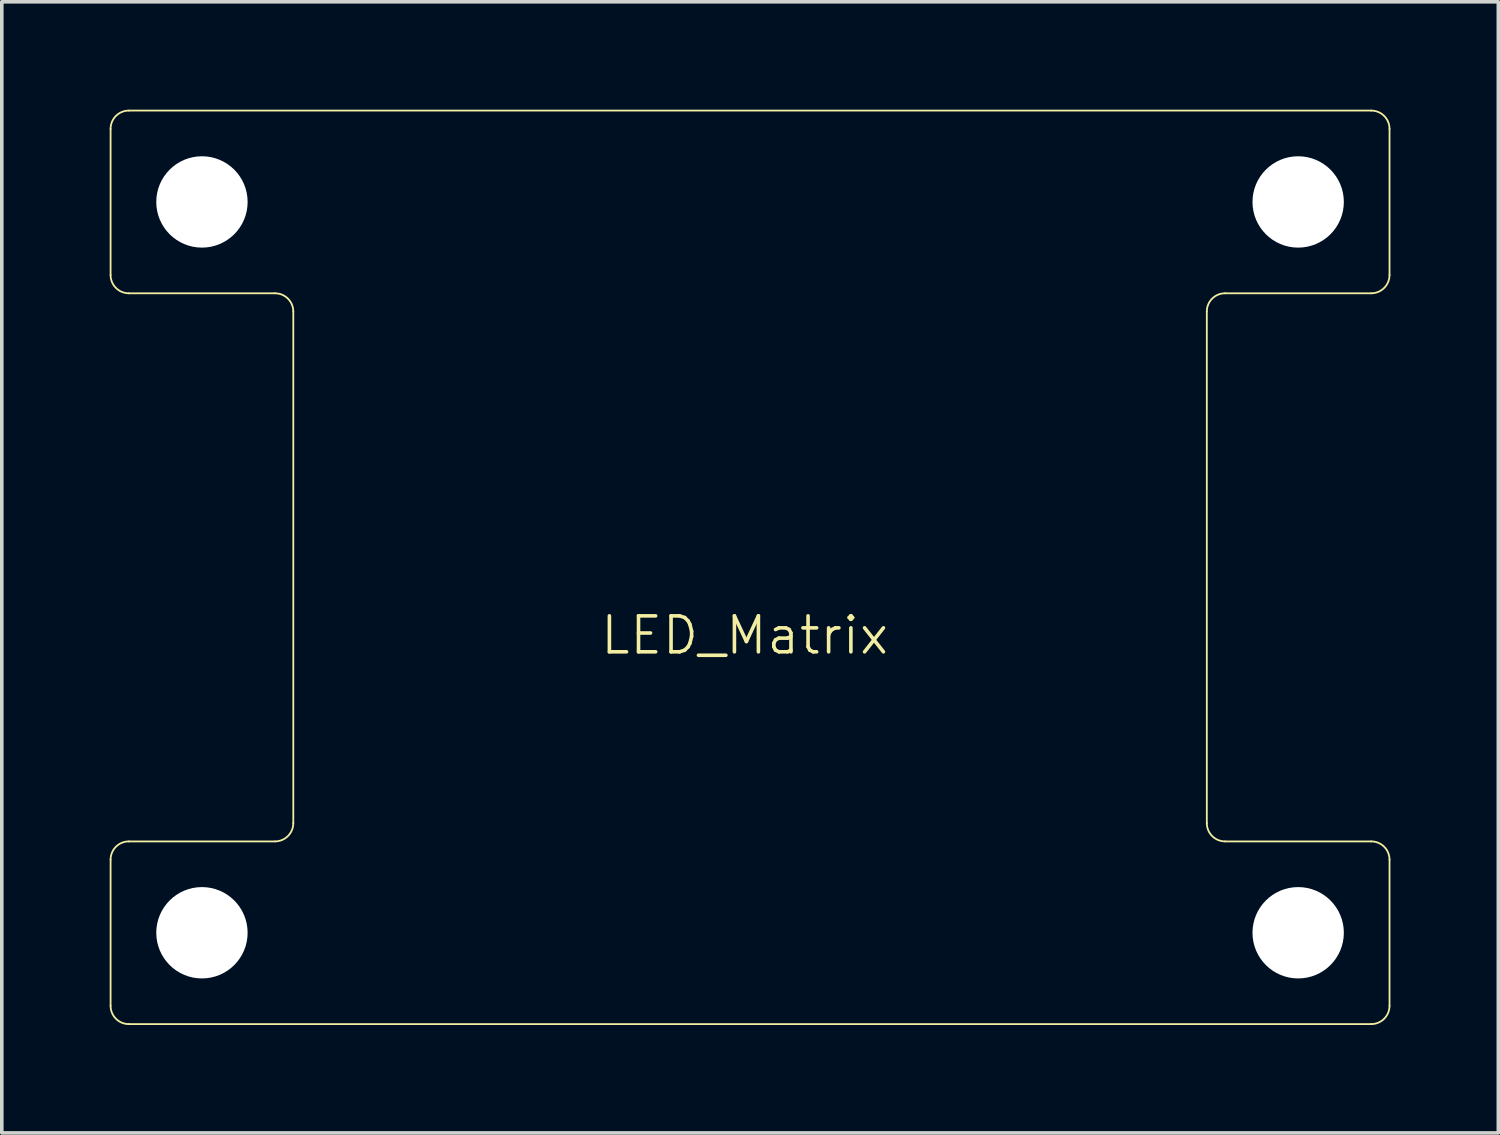
<source format=kicad_pcb>
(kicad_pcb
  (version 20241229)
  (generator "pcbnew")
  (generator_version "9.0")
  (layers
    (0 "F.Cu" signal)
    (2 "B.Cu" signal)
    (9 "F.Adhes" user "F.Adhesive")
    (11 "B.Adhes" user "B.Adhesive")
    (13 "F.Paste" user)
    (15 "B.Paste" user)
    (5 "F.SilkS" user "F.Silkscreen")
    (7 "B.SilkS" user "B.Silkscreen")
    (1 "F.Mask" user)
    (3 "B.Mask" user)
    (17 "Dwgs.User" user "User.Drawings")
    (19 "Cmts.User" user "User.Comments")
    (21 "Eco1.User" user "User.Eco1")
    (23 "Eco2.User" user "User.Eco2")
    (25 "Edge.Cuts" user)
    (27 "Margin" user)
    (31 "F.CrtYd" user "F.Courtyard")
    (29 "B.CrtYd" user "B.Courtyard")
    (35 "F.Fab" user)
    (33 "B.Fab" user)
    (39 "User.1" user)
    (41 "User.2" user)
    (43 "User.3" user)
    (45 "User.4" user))
  (footprint "LED_Matrix"
    (layer "F.Cu")
    (at 17.656 15.116)
    (property "Reference" "LED_Matrix" (at 0 -0.5 0) (unlocked yes) (layer "F.SilkS") (effects (font (size 1 1) (thickness 0.1))))
    (attr smd)
    (fp_line (start -17.631 -14.583) (end -17.631 -10.519) (stroke (width 0.05) (type solid)) (layer "F.SilkS"))
    (fp_line (start -17.631 9.801) (end -17.631 5.737) (stroke (width 0.05) (type solid)) (layer "F.SilkS"))
    (fp_line (start -17.123 -10.011) (end -13.059 -10.011) (stroke (width 0.05) (type solid)) (layer "F.SilkS"))
    (fp_line (start -17.123 5.229) (end -13.059 5.229) (stroke (width 0.05) (type solid)) (layer "F.SilkS"))
    (fp_line (start -12.551 -9.503) (end -12.551 4.721) (stroke (width 0.05) (type solid)) (layer "F.SilkS"))
    (fp_line (start 12.849 -9.503) (end 12.849 4.721) (stroke (width 0.05) (type solid)) (layer "F.SilkS"))
    (fp_line (start 13.357 5.229) (end 17.421 5.229) (stroke (width 0.05) (type solid)) (layer "F.SilkS"))
    (fp_line (start 17.421 -15.091) (end -17.123 -15.091) (stroke (width 0.05) (type solid)) (layer "F.SilkS"))
    (fp_line (start 17.421 -10.011) (end 13.357 -10.011) (stroke (width 0.05) (type solid)) (layer "F.SilkS"))
    (fp_line (start 17.421 10.309) (end -17.123 10.309) (stroke (width 0.05) (type solid)) (layer "F.SilkS"))
    (fp_line (start 17.929 -14.583) (end 17.929 -10.519) (stroke (width 0.05) (type solid)) (layer "F.SilkS"))
    (fp_line (start 17.929 9.801) (end 17.929 5.737) (stroke (width 0.05) (type solid)) (layer "F.SilkS"))
    (fp_arc (start -17.63121 -14.58321) (mid -17.48242 -14.94242) (end -17.12321 -15.09121) (stroke (width 0.05) (type solid)) (layer "F.SilkS"))
    (fp_arc (start -17.63121 5.73679) (mid -17.48242 5.37758) (end -17.12321 5.22879) (stroke (width 0.05) (type solid)) (layer "F.SilkS"))
    (fp_arc (start -17.12321 -10.01121) (mid -17.48242 -10.16) (end -17.63121 -10.51921) (stroke (width 0.05) (type solid)) (layer "F.SilkS"))
    (fp_arc (start -17.12321 10.30879) (mid -17.48242 10.16) (end -17.63121 9.80079) (stroke (width 0.05) (type solid)) (layer "F.SilkS"))
    (fp_arc (start -13.05921 -10.01121) (mid -12.7 -9.86242) (end -12.55121 -9.50321) (stroke (width 0.05) (type solid)) (layer "F.SilkS"))
    (fp_arc (start -12.55121 4.72079) (mid -12.7 5.08) (end -13.05921 5.22879) (stroke (width 0.05) (type solid)) (layer "F.SilkS"))
    (fp_arc (start 12.84879 -9.50321) (mid 12.99758 -9.86242) (end 13.35679 -10.01121) (stroke (width 0.05) (type solid)) (layer "F.SilkS"))
    (fp_arc (start 13.35679 5.22879) (mid 12.99758 5.08) (end 12.84879 4.72079) (stroke (width 0.05) (type solid)) (layer "F.SilkS"))
    (fp_arc (start 17.42079 -15.09121) (mid 17.78 -14.94242) (end 17.92879 -14.58321) (stroke (width 0.05) (type solid)) (layer "F.SilkS"))
    (fp_arc (start 17.42079 5.22879) (mid 17.78 5.37758) (end 17.92879 5.73679) (stroke (width 0.05) (type solid)) (layer "F.SilkS"))
    (fp_arc (start 17.92879 -10.51921) (mid 17.780003 -10.159997) (end 17.42079 -10.01121) (stroke (width 0.05) (type solid)) (layer "F.SilkS"))
    (fp_arc (start 17.92879 9.80079) (mid 17.780003 10.160003) (end 17.42079 10.30879) (stroke (width 0.05) (type solid)) (layer "F.SilkS"))
    (pad "" np_thru_hole circle (at -15.091 -12.551) (size 2.54 2.54) (drill 2.54) (layers "*.Cu" "*.Mask"))
    (pad "" np_thru_hole circle (at -15.091 7.769) (size 2.54 2.54) (drill 2.54) (layers "*.Cu" "*.Mask"))
    (pad "" np_thru_hole circle (at 15.389 -12.551) (size 2.54 2.54) (drill 2.54) (layers "*.Cu" "*.Mask"))
    (pad "" np_thru_hole circle (at 15.389 7.769) (size 2.54 2.54) (drill 2.54) (layers "*.Cu" "*.Mask")))
  (gr_rect
    (start -3 -3)
    (end 38.61 28.45)
    (stroke (width 0.1) (type default))
    (fill no)
    (layer "Edge.Cuts")))
</source>
